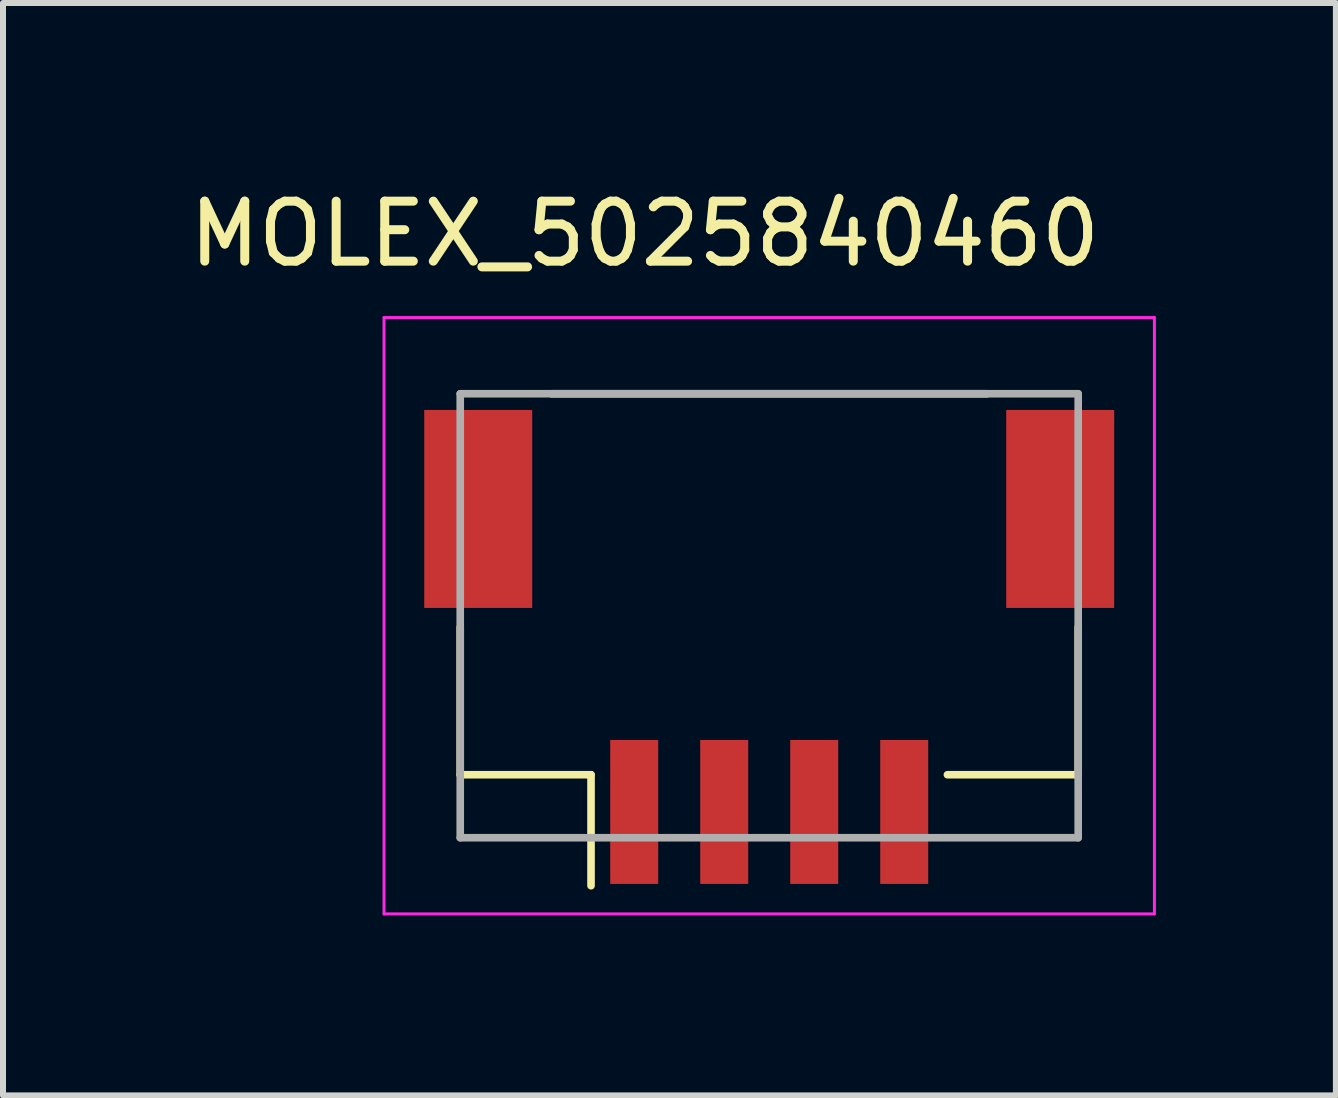
<source format=kicad_pcb>
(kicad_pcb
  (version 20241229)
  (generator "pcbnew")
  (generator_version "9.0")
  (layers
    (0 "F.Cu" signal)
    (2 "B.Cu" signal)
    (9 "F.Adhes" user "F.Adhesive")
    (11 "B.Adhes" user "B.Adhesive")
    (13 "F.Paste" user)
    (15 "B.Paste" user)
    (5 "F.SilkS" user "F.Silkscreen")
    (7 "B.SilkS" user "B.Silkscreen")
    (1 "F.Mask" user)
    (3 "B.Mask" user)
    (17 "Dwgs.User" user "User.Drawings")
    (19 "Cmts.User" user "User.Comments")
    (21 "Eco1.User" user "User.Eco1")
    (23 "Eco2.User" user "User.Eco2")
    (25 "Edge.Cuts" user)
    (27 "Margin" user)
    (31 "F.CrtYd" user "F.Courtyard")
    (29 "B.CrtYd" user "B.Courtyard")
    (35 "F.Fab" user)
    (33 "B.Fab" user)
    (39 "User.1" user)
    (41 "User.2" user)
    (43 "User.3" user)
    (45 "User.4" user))
  (footprint "MOLEX_5025840460"
    (layer "F.Cu")
    (at 9.771 7.213)
    (property "Reference" "MOLEX_5025840460" (at -2.075 -6.365 0) (layer "F.SilkS") (effects (font (size 1 1) (thickness 0.15))))
    (attr through_hole)
    (fp_poly (pts (xy -5.826 -3.506) (xy -3.874 -3.506) (xy -3.874 -0.054) (xy -5.826 -0.054)) (stroke (width 0.01) (type solid)) (fill yes) (layer "F.Mask"))
    (fp_poly (pts (xy -2.726 1.994) (xy -1.774 1.994) (xy -1.774 4.546) (xy -2.726 4.546)) (stroke (width 0.01) (type solid)) (fill yes) (layer "F.Mask"))
    (fp_poly (pts (xy -1.226 1.994) (xy -0.274 1.994) (xy -0.274 4.546) (xy -1.226 4.546)) (stroke (width 0.01) (type solid)) (fill yes) (layer "F.Mask"))
    (fp_poly (pts (xy 0.274 1.994) (xy 1.226 1.994) (xy 1.226 4.546) (xy 0.274 4.546)) (stroke (width 0.01) (type solid)) (fill yes) (layer "F.Mask"))
    (fp_poly (pts (xy 1.774 1.994) (xy 2.726 1.994) (xy 2.726 4.546) (xy 1.774 4.546)) (stroke (width 0.01) (type solid)) (fill yes) (layer "F.Mask"))
    (fp_poly (pts (xy 3.874 -3.506) (xy 5.826 -3.506) (xy 5.826 -0.054) (xy 3.874 -0.054)) (stroke (width 0.01) (type solid)) (fill yes) (layer "F.Mask"))
    (fp_line (start -5.15 2.65) (end -5.15 0.19) (stroke (width 0.127) (type solid)) (layer "F.SilkS"))
    (fp_line (start -2.97 2.65) (end -5.15 2.65) (stroke (width 0.127) (type solid)) (layer "F.SilkS"))
    (fp_line (start -2.97 4.5) (end -2.97 2.65) (stroke (width 0.127) (type solid)) (layer "F.SilkS"))
    (fp_line (start 3.63 -3.7) (end -3.63 -3.7) (stroke (width 0.127) (type solid)) (layer "F.SilkS"))
    (fp_line (start 5.15 0.19) (end 5.15 2.65) (stroke (width 0.127) (type solid)) (layer "F.SilkS"))
    (fp_line (start 5.15 2.65) (end 2.97 2.65) (stroke (width 0.127) (type solid)) (layer "F.SilkS"))
    (fp_line (start -6.42 -4.97) (end 6.42 -4.97) (stroke (width 0.05) (type solid)) (layer "F.CrtYd"))
    (fp_line (start -6.42 4.97) (end -6.42 -4.97) (stroke (width 0.05) (type solid)) (layer "F.CrtYd"))
    (fp_line (start -6.42 4.97) (end 6.42 4.97) (stroke (width 0.05) (type solid)) (layer "F.CrtYd"))
    (fp_line (start 6.42 -4.97) (end 6.42 4.97) (stroke (width 0.05) (type solid)) (layer "F.CrtYd"))
    (fp_line (start -5.15 -3.7) (end 5.15 -3.7) (stroke (width 0.127) (type solid)) (layer "F.Fab"))
    (fp_line (start -5.15 3.7) (end -5.15 -3.7) (stroke (width 0.127) (type solid)) (layer "F.Fab"))
    (fp_line (start 5.15 -3.7) (end 5.15 3.7) (stroke (width 0.127) (type solid)) (layer "F.Fab"))
    (fp_line (start 5.15 3.7) (end -5.15 3.7) (stroke (width 0.127) (type solid)) (layer "F.Fab"))
    (pad "1" smd rect (at -2.25 3.27) (size 0.8 2.4) (layers "F.Cu" "F.Paste"))
    (pad "2" smd rect (at -0.75 3.27) (size 0.8 2.4) (layers "F.Cu" "F.Paste"))
    (pad "3" smd rect (at 0.75 3.27) (size 0.8 2.4) (layers "F.Cu" "F.Paste"))
    (pad "4" smd rect (at 2.25 3.27) (size 0.8 2.4) (layers "F.Cu" "F.Paste"))
    (pad "MP" smd rect (at -4.85 -1.78) (size 1.8 3.3) (layers "F.Cu" "F.Paste"))
    (pad "MP" smd rect (at 4.85 -1.78) (size 1.8 3.3) (layers "F.Cu" "F.Paste"))
    (zone (net_name "") (layer "F.Cu") (hatch full 0.508) (connect_pads) (min_thickness 0.01) (filled_areas_thickness no) (keepout (tracks not_allowed) (vias not_allowed) (pads not_allowed) (copperpour not_allowed) (footprints allowed)) (placement (enabled no)) (fill) (polygon (pts (xy 5.821 3.263) (xy 7.871 3.263) (xy 7.871 5.313) (xy 5.821 5.313))))
    (zone (net_name "") (layer "F.Cu") (hatch full 0.508) (connect_pads) (min_thickness 0.01) (filled_areas_thickness no) (keepout (tracks not_allowed) (vias not_allowed) (pads not_allowed) (copperpour not_allowed) (footprints allowed)) (placement (enabled no)) (fill) (polygon (pts (xy 8.861 3.263) (xy 10.681 3.263) (xy 10.681 5.823) (xy 8.861 5.823))))
    (zone (net_name "") (layer "F.Cu") (hatch full 0.508) (connect_pads) (min_thickness 0.01) (filled_areas_thickness no) (keepout (tracks not_allowed) (vias not_allowed) (pads not_allowed) (copperpour not_allowed) (footprints allowed)) (placement (enabled no)) (fill) (polygon (pts (xy 11.671 3.263) (xy 13.721 3.263) (xy 13.721 5.313) (xy 11.671 5.313))))
    (zone (net_name "") (layer "F.Cu") (hatch full 0.508) (connect_pads) (min_thickness 0.01) (filled_areas_thickness no) (keepout (tracks not_allowed) (vias not_allowed) (pads not_allowed) (copperpour not_allowed) (footprints allowed)) (placement (enabled no)) (fill) (polygon (pts (xy 4.221 8.133) (xy 4.221 10.733) (xy 7.121 10.733) (xy 7.121 9.283) (xy 7.921 9.283) (xy 7.921 10.733) (xy 8.621 10.733) (xy 8.621 9.283) (xy 9.421 9.283) (xy 9.421 10.733) (xy 10.121 10.733) (xy 10.121 9.283) (xy 10.921 9.283) (xy 10.921 10.733) (xy 11.621 10.733) (xy 11.621 9.283) (xy 12.421 9.283) (xy 12.421 10.733) (xy 15.321 10.733) (xy 15.321 8.133))))
    (zone (net_name "") (layers "F.Cu" "B.Cu") (hatch full 0.508) (connect_pads) (min_thickness 0.01) (filled_areas_thickness no) (keepout (tracks allowed) (vias not_allowed) (pads allowed) (copperpour allowed) (footprints allowed)) (placement (enabled no)) (fill) (polygon (pts (xy 5.821 3.263) (xy 7.871 3.263) (xy 7.871 5.313) (xy 5.821 5.313))))
    (zone (net_name "") (layers "F.Cu" "B.Cu") (hatch full 0.508) (connect_pads) (min_thickness 0.01) (filled_areas_thickness no) (keepout (tracks allowed) (vias not_allowed) (pads allowed) (copperpour allowed) (footprints allowed)) (placement (enabled no)) (fill) (polygon (pts (xy 8.861 3.263) (xy 10.681 3.263) (xy 10.681 5.823) (xy 8.861 5.823))))
    (zone (net_name "") (layers "F.Cu" "B.Cu") (hatch full 0.508) (connect_pads) (min_thickness 0.01) (filled_areas_thickness no) (keepout (tracks allowed) (vias not_allowed) (pads allowed) (copperpour allowed) (footprints allowed)) (placement (enabled no)) (fill) (polygon (pts (xy 11.671 3.263) (xy 13.721 3.263) (xy 13.721 5.313) (xy 11.671 5.313))))
    (zone (net_name "") (layers "F.Cu" "B.Cu") (hatch full 0.508) (connect_pads) (min_thickness 0.01) (filled_areas_thickness no) (keepout (tracks allowed) (vias not_allowed) (pads allowed) (copperpour allowed) (footprints allowed)) (placement (enabled no)) (fill) (polygon (pts (xy 4.221 8.133) (xy 4.221 10.733) (xy 7.121 10.733) (xy 7.121 9.283) (xy 7.921 9.283) (xy 7.921 10.733) (xy 8.621 10.733) (xy 8.621 9.283) (xy 9.421 9.283) (xy 9.421 10.733) (xy 10.121 10.733) (xy 10.121 9.283) (xy 10.921 9.283) (xy 10.921 10.733) (xy 11.621 10.733) (xy 11.621 9.283) (xy 12.421 9.283) (xy 12.421 10.733) (xy 15.321 10.733) (xy 15.321 8.133)))))
  (gr_rect
    (start -3 -3)
    (end 19.216 15.208)
    (stroke (width 0.1) (type default))
    (fill no)
    (layer "Edge.Cuts")))
</source>
